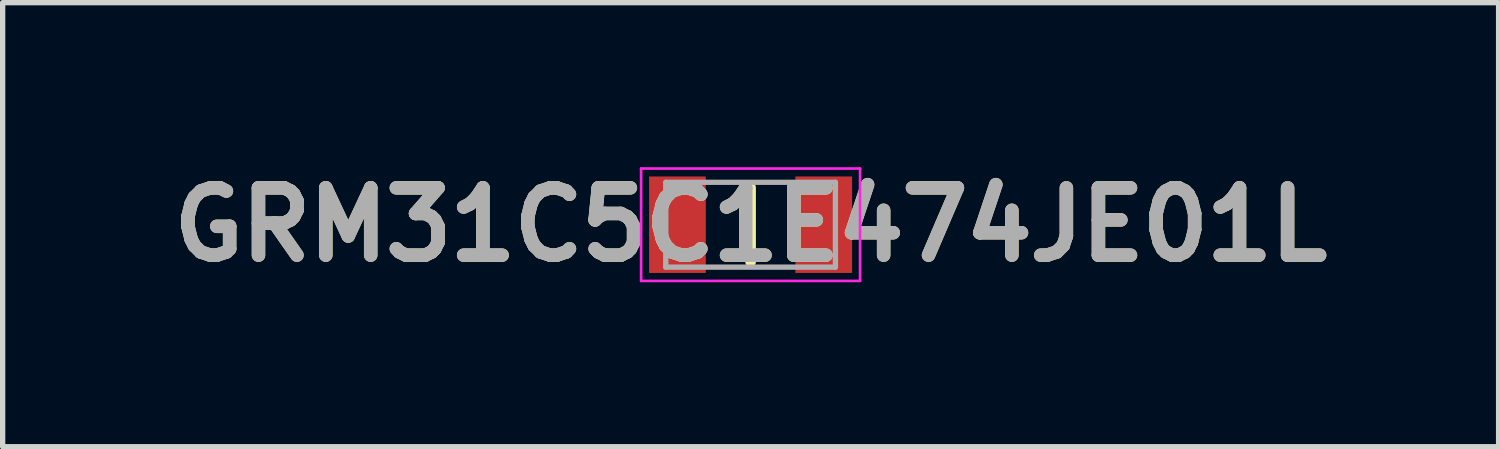
<source format=kicad_pcb>
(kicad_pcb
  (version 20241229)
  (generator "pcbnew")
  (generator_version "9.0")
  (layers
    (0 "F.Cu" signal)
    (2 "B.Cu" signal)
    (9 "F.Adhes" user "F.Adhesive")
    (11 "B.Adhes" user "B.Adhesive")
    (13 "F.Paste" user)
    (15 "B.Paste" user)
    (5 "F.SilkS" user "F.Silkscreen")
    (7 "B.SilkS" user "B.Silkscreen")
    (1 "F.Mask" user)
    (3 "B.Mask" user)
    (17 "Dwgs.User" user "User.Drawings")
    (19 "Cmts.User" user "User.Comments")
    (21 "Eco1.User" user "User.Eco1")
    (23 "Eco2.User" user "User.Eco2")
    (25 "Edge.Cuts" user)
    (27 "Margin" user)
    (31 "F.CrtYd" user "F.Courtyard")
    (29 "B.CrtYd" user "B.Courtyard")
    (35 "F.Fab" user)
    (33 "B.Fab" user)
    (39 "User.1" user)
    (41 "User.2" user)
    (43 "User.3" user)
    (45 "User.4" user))
  (footprint "GRM31C5C1E474JE01L"
    (layer "F.Cu")
    (at 11.109 1.189)
    (property "Reference" "GRM31C5C1E474JE01L" (at 0 0 0) (layer "F.SilkS") (effects (font (size 1.27 1.27) (thickness 0.254))))
    (attr smd)
    (fp_line (start 0 -0.7) (end 0 0.7) (stroke (width 0.2) (type solid)) (layer "F.SilkS"))
    (fp_line (start -2.065 -1.06) (end 2.065 -1.06) (stroke (width 0.05) (type solid)) (layer "F.CrtYd"))
    (fp_line (start -2.065 1.06) (end -2.065 -1.06) (stroke (width 0.05) (type solid)) (layer "F.CrtYd"))
    (fp_line (start 2.065 -1.06) (end 2.065 1.06) (stroke (width 0.05) (type solid)) (layer "F.CrtYd"))
    (fp_line (start 2.065 1.06) (end -2.065 1.06) (stroke (width 0.05) (type solid)) (layer "F.CrtYd"))
    (fp_line (start -1.6 -0.8) (end 1.6 -0.8) (stroke (width 0.1) (type solid)) (layer "F.Fab"))
    (fp_line (start -1.6 0.8) (end -1.6 -0.8) (stroke (width 0.1) (type solid)) (layer "F.Fab"))
    (fp_line (start 1.6 -0.8) (end 1.6 0.8) (stroke (width 0.1) (type solid)) (layer "F.Fab"))
    (fp_line (start 1.6 0.8) (end -1.6 0.8) (stroke (width 0.1) (type solid)) (layer "F.Fab"))
    (fp_text user "${REFERENCE}" (at 0 0 0) (layer "F.Fab") (effects (font (size 1.27 1.27) (thickness 0.254))))
    (pad "1" smd rect (at -1.38 0) (size 1.07 1.82) (layers "F.Cu" "F.Mask" "F.Paste"))
    (pad "2" smd rect (at 1.38 0) (size 1.07 1.82) (layers "F.Cu" "F.Mask" "F.Paste")))
  (gr_rect
    (start -3 -3)
    (end 25.219 5.377)
    (stroke (width 0.1) (type default))
    (fill no)
    (layer "Edge.Cuts")))
</source>
